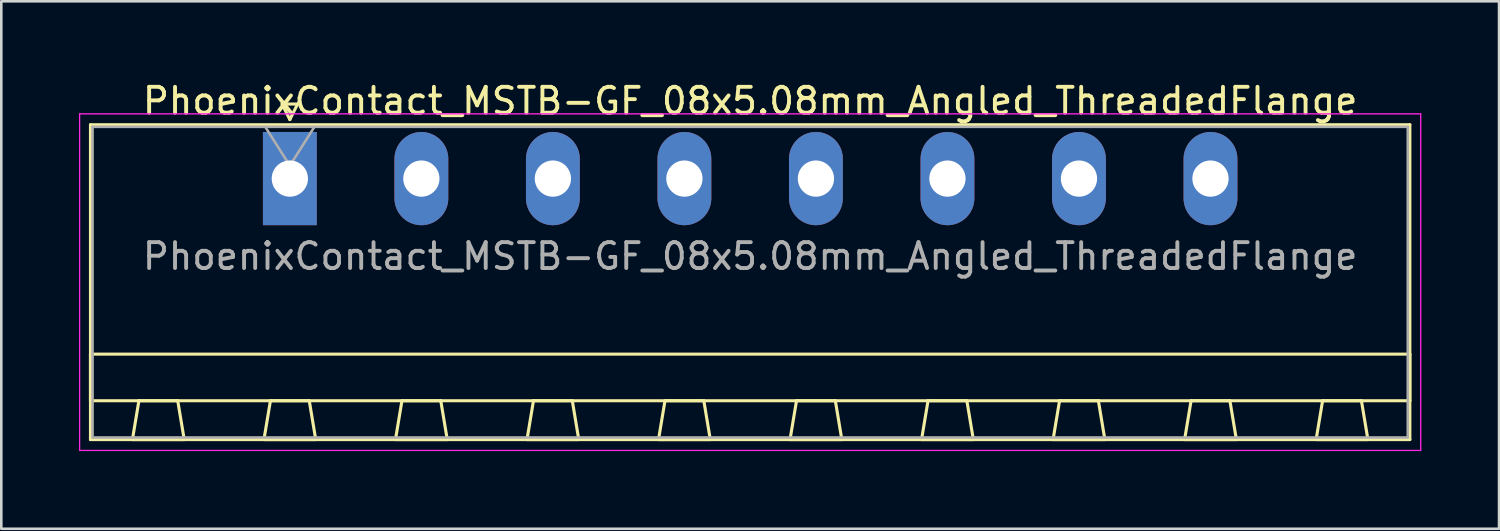
<source format=kicad_pcb>
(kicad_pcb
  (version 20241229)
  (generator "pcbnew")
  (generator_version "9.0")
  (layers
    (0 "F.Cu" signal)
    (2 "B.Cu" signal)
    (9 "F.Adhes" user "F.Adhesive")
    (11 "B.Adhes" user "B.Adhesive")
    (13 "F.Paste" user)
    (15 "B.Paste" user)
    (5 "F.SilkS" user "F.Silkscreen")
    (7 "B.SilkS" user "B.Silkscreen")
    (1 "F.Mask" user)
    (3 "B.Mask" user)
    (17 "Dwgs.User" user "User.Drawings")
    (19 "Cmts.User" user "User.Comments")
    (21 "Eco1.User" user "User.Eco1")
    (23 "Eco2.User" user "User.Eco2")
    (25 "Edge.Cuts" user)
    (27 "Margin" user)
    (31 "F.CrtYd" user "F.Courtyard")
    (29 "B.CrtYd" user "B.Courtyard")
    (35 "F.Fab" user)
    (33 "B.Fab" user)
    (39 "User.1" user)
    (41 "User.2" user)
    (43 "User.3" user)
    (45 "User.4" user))
  (footprint "PhoenixContact_MSTB-GF_08x5.08mm_Angled_ThreadedFlange"
    (layer "F.Cu")
    (at 8.145 3.848)
    (property "Reference" "PhoenixContact_MSTB-GF_08x5.08mm_Angled_ThreadedFlange" (at 17.78 -3 0) (layer "F.SilkS") (effects (font (size 1 1) (thickness 0.15))))
    (attr through_hole)
    (fp_line (start -7.7 -2.08) (end -7.7 10.08) (stroke (width 0.12) (type solid)) (layer "F.SilkS"))
    (fp_line (start -7.7 6.78) (end 43.26 6.78) (stroke (width 0.12) (type solid)) (layer "F.SilkS"))
    (fp_line (start -7.7 8.58) (end -7.7 6.78) (stroke (width 0.12) (type solid)) (layer "F.SilkS"))
    (fp_line (start -7.7 10.08) (end 43.26 10.08) (stroke (width 0.12) (type solid)) (layer "F.SilkS"))
    (fp_line (start -6.08 10.08) (end -4.08 10.08) (stroke (width 0.12) (type solid)) (layer "F.SilkS"))
    (fp_line (start -5.83 8.58) (end -6.08 10.08) (stroke (width 0.12) (type solid)) (layer "F.SilkS"))
    (fp_line (start -4.33 8.58) (end -5.83 8.58) (stroke (width 0.12) (type solid)) (layer "F.SilkS"))
    (fp_line (start -4.08 10.08) (end -4.33 8.58) (stroke (width 0.12) (type solid)) (layer "F.SilkS"))
    (fp_line (start -1 10.08) (end 1 10.08) (stroke (width 0.12) (type solid)) (layer "F.SilkS"))
    (fp_line (start -0.75 8.58) (end -1 10.08) (stroke (width 0.12) (type solid)) (layer "F.SilkS"))
    (fp_line (start -0.3 -2.88) (end 0.3 -2.88) (stroke (width 0.12) (type solid)) (layer "F.SilkS"))
    (fp_line (start 0 -2.28) (end -0.3 -2.88) (stroke (width 0.12) (type solid)) (layer "F.SilkS"))
    (fp_line (start 0.3 -2.88) (end 0 -2.28) (stroke (width 0.12) (type solid)) (layer "F.SilkS"))
    (fp_line (start 0.75 8.58) (end -0.75 8.58) (stroke (width 0.12) (type solid)) (layer "F.SilkS"))
    (fp_line (start 1 10.08) (end 0.75 8.58) (stroke (width 0.12) (type solid)) (layer "F.SilkS"))
    (fp_line (start 4.08 10.08) (end 6.08 10.08) (stroke (width 0.12) (type solid)) (layer "F.SilkS"))
    (fp_line (start 4.33 8.58) (end 4.08 10.08) (stroke (width 0.12) (type solid)) (layer "F.SilkS"))
    (fp_line (start 5.83 8.58) (end 4.33 8.58) (stroke (width 0.12) (type solid)) (layer "F.SilkS"))
    (fp_line (start 6.08 10.08) (end 5.83 8.58) (stroke (width 0.12) (type solid)) (layer "F.SilkS"))
    (fp_line (start 9.16 10.08) (end 11.16 10.08) (stroke (width 0.12) (type solid)) (layer "F.SilkS"))
    (fp_line (start 9.41 8.58) (end 9.16 10.08) (stroke (width 0.12) (type solid)) (layer "F.SilkS"))
    (fp_line (start 10.91 8.58) (end 9.41 8.58) (stroke (width 0.12) (type solid)) (layer "F.SilkS"))
    (fp_line (start 11.16 10.08) (end 10.91 8.58) (stroke (width 0.12) (type solid)) (layer "F.SilkS"))
    (fp_line (start 14.24 10.08) (end 16.24 10.08) (stroke (width 0.12) (type solid)) (layer "F.SilkS"))
    (fp_line (start 14.49 8.58) (end 14.24 10.08) (stroke (width 0.12) (type solid)) (layer "F.SilkS"))
    (fp_line (start 15.99 8.58) (end 14.49 8.58) (stroke (width 0.12) (type solid)) (layer "F.SilkS"))
    (fp_line (start 16.24 10.08) (end 15.99 8.58) (stroke (width 0.12) (type solid)) (layer "F.SilkS"))
    (fp_line (start 19.32 10.08) (end 21.32 10.08) (stroke (width 0.12) (type solid)) (layer "F.SilkS"))
    (fp_line (start 19.57 8.58) (end 19.32 10.08) (stroke (width 0.12) (type solid)) (layer "F.SilkS"))
    (fp_line (start 21.07 8.58) (end 19.57 8.58) (stroke (width 0.12) (type solid)) (layer "F.SilkS"))
    (fp_line (start 21.32 10.08) (end 21.07 8.58) (stroke (width 0.12) (type solid)) (layer "F.SilkS"))
    (fp_line (start 24.4 10.08) (end 26.4 10.08) (stroke (width 0.12) (type solid)) (layer "F.SilkS"))
    (fp_line (start 24.65 8.58) (end 24.4 10.08) (stroke (width 0.12) (type solid)) (layer "F.SilkS"))
    (fp_line (start 26.15 8.58) (end 24.65 8.58) (stroke (width 0.12) (type solid)) (layer "F.SilkS"))
    (fp_line (start 26.4 10.08) (end 26.15 8.58) (stroke (width 0.12) (type solid)) (layer "F.SilkS"))
    (fp_line (start 29.48 10.08) (end 31.48 10.08) (stroke (width 0.12) (type solid)) (layer "F.SilkS"))
    (fp_line (start 29.73 8.58) (end 29.48 10.08) (stroke (width 0.12) (type solid)) (layer "F.SilkS"))
    (fp_line (start 31.23 8.58) (end 29.73 8.58) (stroke (width 0.12) (type solid)) (layer "F.SilkS"))
    (fp_line (start 31.48 10.08) (end 31.23 8.58) (stroke (width 0.12) (type solid)) (layer "F.SilkS"))
    (fp_line (start 34.56 10.08) (end 36.56 10.08) (stroke (width 0.12) (type solid)) (layer "F.SilkS"))
    (fp_line (start 34.81 8.58) (end 34.56 10.08) (stroke (width 0.12) (type solid)) (layer "F.SilkS"))
    (fp_line (start 36.31 8.58) (end 34.81 8.58) (stroke (width 0.12) (type solid)) (layer "F.SilkS"))
    (fp_line (start 36.56 10.08) (end 36.31 8.58) (stroke (width 0.12) (type solid)) (layer "F.SilkS"))
    (fp_line (start 39.64 10.08) (end 41.64 10.08) (stroke (width 0.12) (type solid)) (layer "F.SilkS"))
    (fp_line (start 39.89 8.58) (end 39.64 10.08) (stroke (width 0.12) (type solid)) (layer "F.SilkS"))
    (fp_line (start 41.39 8.58) (end 39.89 8.58) (stroke (width 0.12) (type solid)) (layer "F.SilkS"))
    (fp_line (start 41.64 10.08) (end 41.39 8.58) (stroke (width 0.12) (type solid)) (layer "F.SilkS"))
    (fp_line (start 43.26 -2.08) (end -7.7 -2.08) (stroke (width 0.12) (type solid)) (layer "F.SilkS"))
    (fp_line (start 43.26 6.78) (end 43.26 8.58) (stroke (width 0.12) (type solid)) (layer "F.SilkS"))
    (fp_line (start 43.26 8.58) (end -7.7 8.58) (stroke (width 0.12) (type solid)) (layer "F.SilkS"))
    (fp_line (start 43.26 10.08) (end 43.26 -2.08) (stroke (width 0.12) (type solid)) (layer "F.SilkS"))
    (fp_line (start -8.12 -2.5) (end -8.12 10.5) (stroke (width 0.05) (type solid)) (layer "F.CrtYd"))
    (fp_line (start -8.12 10.5) (end 43.68 10.5) (stroke (width 0.05) (type solid)) (layer "F.CrtYd"))
    (fp_line (start 43.68 -2.5) (end -8.12 -2.5) (stroke (width 0.05) (type solid)) (layer "F.CrtYd"))
    (fp_line (start 43.68 10.5) (end 43.68 -2.5) (stroke (width 0.05) (type solid)) (layer "F.CrtYd"))
    (fp_line (start -7.62 -2) (end -7.62 10) (stroke (width 0.1) (type solid)) (layer "F.Fab"))
    (fp_line (start -7.62 10) (end 43.18 10) (stroke (width 0.1) (type solid)) (layer "F.Fab"))
    (fp_line (start 0 -0.5) (end -0.95 -2) (stroke (width 0.1) (type solid)) (layer "F.Fab"))
    (fp_line (start 0.95 -2) (end 0 -0.5) (stroke (width 0.1) (type solid)) (layer "F.Fab"))
    (fp_line (start 43.18 -2) (end -7.62 -2) (stroke (width 0.1) (type solid)) (layer "F.Fab"))
    (fp_line (start 43.18 10) (end 43.18 -2) (stroke (width 0.1) (type solid)) (layer "F.Fab"))
    (fp_text user "${REFERENCE}" (at 17.78 3 0) (layer "F.Fab") (effects (font (size 1 1) (thickness 0.15))))
    (pad "1" thru_hole rect (at 0 0) (size 2.08 3.6) (drill 1.4) (layers "*.Cu" "*.Mask"))
    (pad "2" thru_hole oval (at 5.08 0) (size 2.08 3.6) (drill 1.4) (layers "*.Cu" "*.Mask"))
    (pad "3" thru_hole oval (at 10.16 0) (size 2.08 3.6) (drill 1.4) (layers "*.Cu" "*.Mask"))
    (pad "4" thru_hole oval (at 15.24 0) (size 2.08 3.6) (drill 1.4) (layers "*.Cu" "*.Mask"))
    (pad "5" thru_hole oval (at 20.32 0) (size 2.08 3.6) (drill 1.4) (layers "*.Cu" "*.Mask"))
    (pad "6" thru_hole oval (at 25.4 0) (size 2.08 3.6) (drill 1.4) (layers "*.Cu" "*.Mask"))
    (pad "7" thru_hole oval (at 30.48 0) (size 2.08 3.6) (drill 1.4) (layers "*.Cu" "*.Mask"))
    (pad "8" thru_hole oval (at 35.56 0) (size 2.08 3.6) (drill 1.4) (layers "*.Cu" "*.Mask")))
  (gr_rect
    (start -3 -3)
    (end 54.85 17.373)
    (stroke (width 0.1) (type default))
    (fill no)
    (layer "Edge.Cuts")))
</source>
